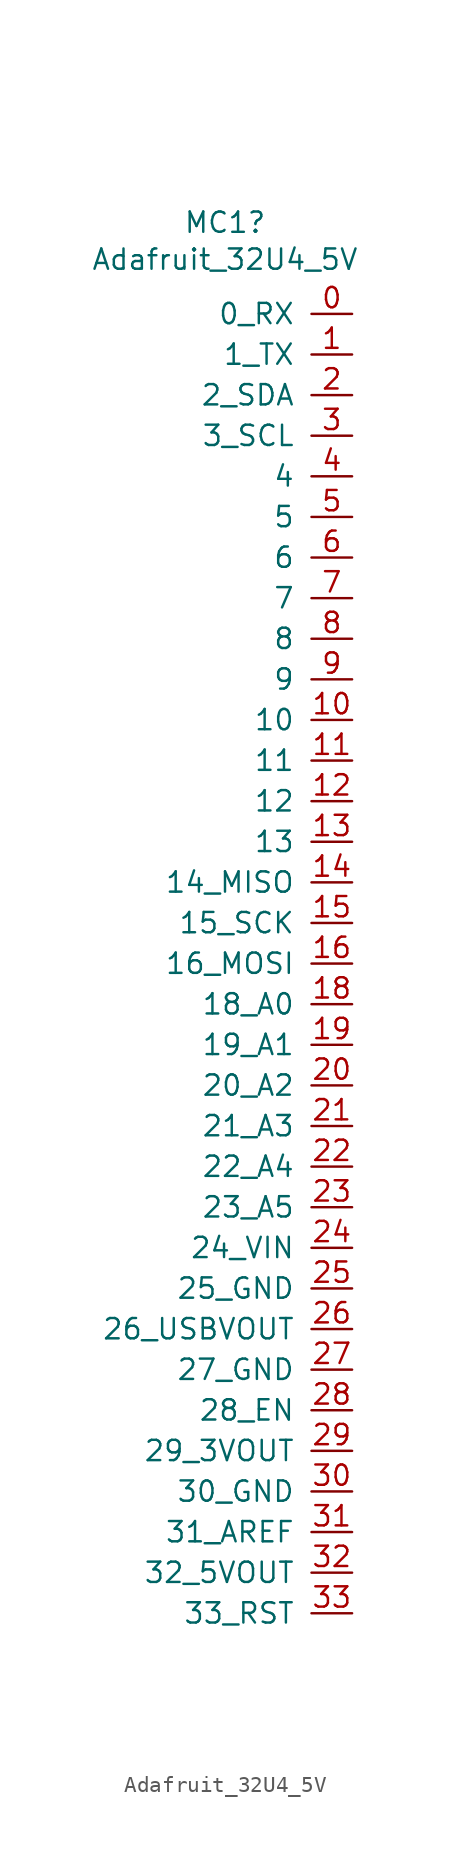
<source format=kicad_sym>
(kicad_symbol_lib
  (version 20211014)
  (generator kicad_symbol_editor)
  (symbol "Adafruit_32U4_5V"
    (pin_names
      (offset 1.016))
    (property "Reference" "MC1"
      (at -7.95 5.715 0)
      (effects (font (size 1.27 1.27))))
    (property "Value" "Adafruit_32U4_5V"
      (at -7.95 3.404 0)
      (effects (font (size 1.27 1.27))))
    (symbol "Adafruit_32U4_5V_1_1"
      (pin bidirectional line (at 0 0 180) (length 2.54) (name "0_RX" (effects (font (size 1.27 1.27)))) (number "0" (effects (font (size 1.27 1.27)))))
      (pin bidirectional line (at 0 -2.54 180) (length 2.54) (name "1_TX" (effects (font (size 1.27 1.27)))) (number "1" (effects (font (size 1.27 1.27)))))
      (pin bidirectional line (at 0 -25.4 180) (length 2.54) (name "10" (effects (font (size 1.27 1.27)))) (number "10" (effects (font (size 1.27 1.27)))))
      (pin bidirectional line (at 0 -27.94 180) (length 2.54) (name "11" (effects (font (size 1.27 1.27)))) (number "11" (effects (font (size 1.27 1.27)))))
      (pin bidirectional line (at 0 -30.48 180) (length 2.54) (name "12" (effects (font (size 1.27 1.27)))) (number "12" (effects (font (size 1.27 1.27)))))
      (pin bidirectional line (at 0 -33.02 180) (length 2.54) (name "13" (effects (font (size 1.27 1.27)))) (number "13" (effects (font (size 1.27 1.27)))))
      (pin bidirectional line (at 0 -35.56 180) (length 2.54) (name "14_MISO" (effects (font (size 1.27 1.27)))) (number "14" (effects (font (size 1.27 1.27)))))
      (pin bidirectional line (at 0 -38.1 180) (length 2.54) (name "15_SCK" (effects (font (size 1.27 1.27)))) (number "15" (effects (font (size 1.27 1.27)))))
      (pin bidirectional line (at 0 -40.64 180) (length 2.54) (name "16_MOSI" (effects (font (size 1.27 1.27)))) (number "16" (effects (font (size 1.27 1.27)))))
      (pin bidirectional line (at 0 -43.18 180) (length 2.54) (name "18_A0" (effects (font (size 1.27 1.27)))) (number "18" (effects (font (size 1.27 1.27)))))
      (pin bidirectional line (at 0 -45.72 180) (length 2.54) (name "19_A1" (effects (font (size 1.27 1.27)))) (number "19" (effects (font (size 1.27 1.27)))))
      (pin bidirectional line (at 0 -5.08 180) (length 2.54) (name "2_SDA" (effects (font (size 1.27 1.27)))) (number "2" (effects (font (size 1.27 1.27)))))
      (pin bidirectional line (at 0 -48.26 180) (length 2.54) (name "20_A2" (effects (font (size 1.27 1.27)))) (number "20" (effects (font (size 1.27 1.27)))))
      (pin bidirectional line (at 0 -50.8 180) (length 2.54) (name "21_A3" (effects (font (size 1.27 1.27)))) (number "21" (effects (font (size 1.27 1.27)))))
      (pin bidirectional line (at 0 -53.34 180) (length 2.54) (name "22_A4" (effects (font (size 1.27 1.27)))) (number "22" (effects (font (size 1.27 1.27)))))
      (pin bidirectional line (at 0 -55.88 180) (length 2.54) (name "23_A5" (effects (font (size 1.27 1.27)))) (number "23" (effects (font (size 1.27 1.27)))))
      (pin input line (at 0 -58.42 180) (length 2.54) (name "24_VIN" (effects (font (size 1.27 1.27)))) (number "24" (effects (font (size 1.27 1.27)))))
      (pin bidirectional line (at 0 -60.96 180) (length 2.54) (name "25_GND" (effects (font (size 1.27 1.27)))) (number "25" (effects (font (size 1.27 1.27)))))
      (pin output line (at 0 -63.5 180) (length 2.54) (name "26_USBVOUT" (effects (font (size 1.27 1.27)))) (number "26" (effects (font (size 1.27 1.27)))))
      (pin bidirectional line (at 0 -66.04 180) (length 2.54) (name "27_GND" (effects (font (size 1.27 1.27)))) (number "27" (effects (font (size 1.27 1.27)))))
      (pin bidirectional line (at 0 -68.58 180) (length 2.54) (name "28_EN" (effects (font (size 1.27 1.27)))) (number "28" (effects (font (size 1.27 1.27)))))
      (pin output line (at 0 -71.12 180) (length 2.54) (name "29_3VOUT" (effects (font (size 1.27 1.27)))) (number "29" (effects (font (size 1.27 1.27)))))
      (pin bidirectional line (at 0 -7.62 180) (length 2.54) (name "3_SCL" (effects (font (size 1.27 1.27)))) (number "3" (effects (font (size 1.27 1.27)))))
      (pin bidirectional line (at 0 -73.66 180) (length 2.54) (name "30_GND" (effects (font (size 1.27 1.27)))) (number "30" (effects (font (size 1.27 1.27)))))
      (pin bidirectional line (at 0 -76.2 180) (length 2.54) (name "31_AREF" (effects (font (size 1.27 1.27)))) (number "31" (effects (font (size 1.27 1.27)))))
      (pin output line (at 0 -78.74 180) (length 2.54) (name "32_5VOUT" (effects (font (size 1.27 1.27)))) (number "32" (effects (font (size 1.27 1.27)))))
      (pin bidirectional line (at 0 -81.28 180) (length 2.54) (name "33_RST" (effects (font (size 1.27 1.27)))) (number "33" (effects (font (size 1.27 1.27)))))
      (pin bidirectional line (at 0 -10.16 180) (length 2.54) (name "4" (effects (font (size 1.27 1.27)))) (number "4" (effects (font (size 1.27 1.27)))))
      (pin bidirectional line (at 0 -12.7 180) (length 2.54) (name "5" (effects (font (size 1.27 1.27)))) (number "5" (effects (font (size 1.27 1.27)))))
      (pin bidirectional line (at 0 -15.24 180) (length 2.54) (name "6" (effects (font (size 1.27 1.27)))) (number "6" (effects (font (size 1.27 1.27)))))
      (pin bidirectional line (at 0 -17.78 180) (length 2.54) (name "7" (effects (font (size 1.27 1.27)))) (number "7" (effects (font (size 1.27 1.27)))))
      (pin bidirectional line (at 0 -20.32 180) (length 2.54) (name "8" (effects (font (size 1.27 1.27)))) (number "8" (effects (font (size 1.27 1.27)))))
      (pin bidirectional line (at 0 -22.86 180) (length 2.54) (name "9" (effects (font (size 1.27 1.27)))) (number "9" (effects (font (size 1.27 1.27))))))))
</source>
